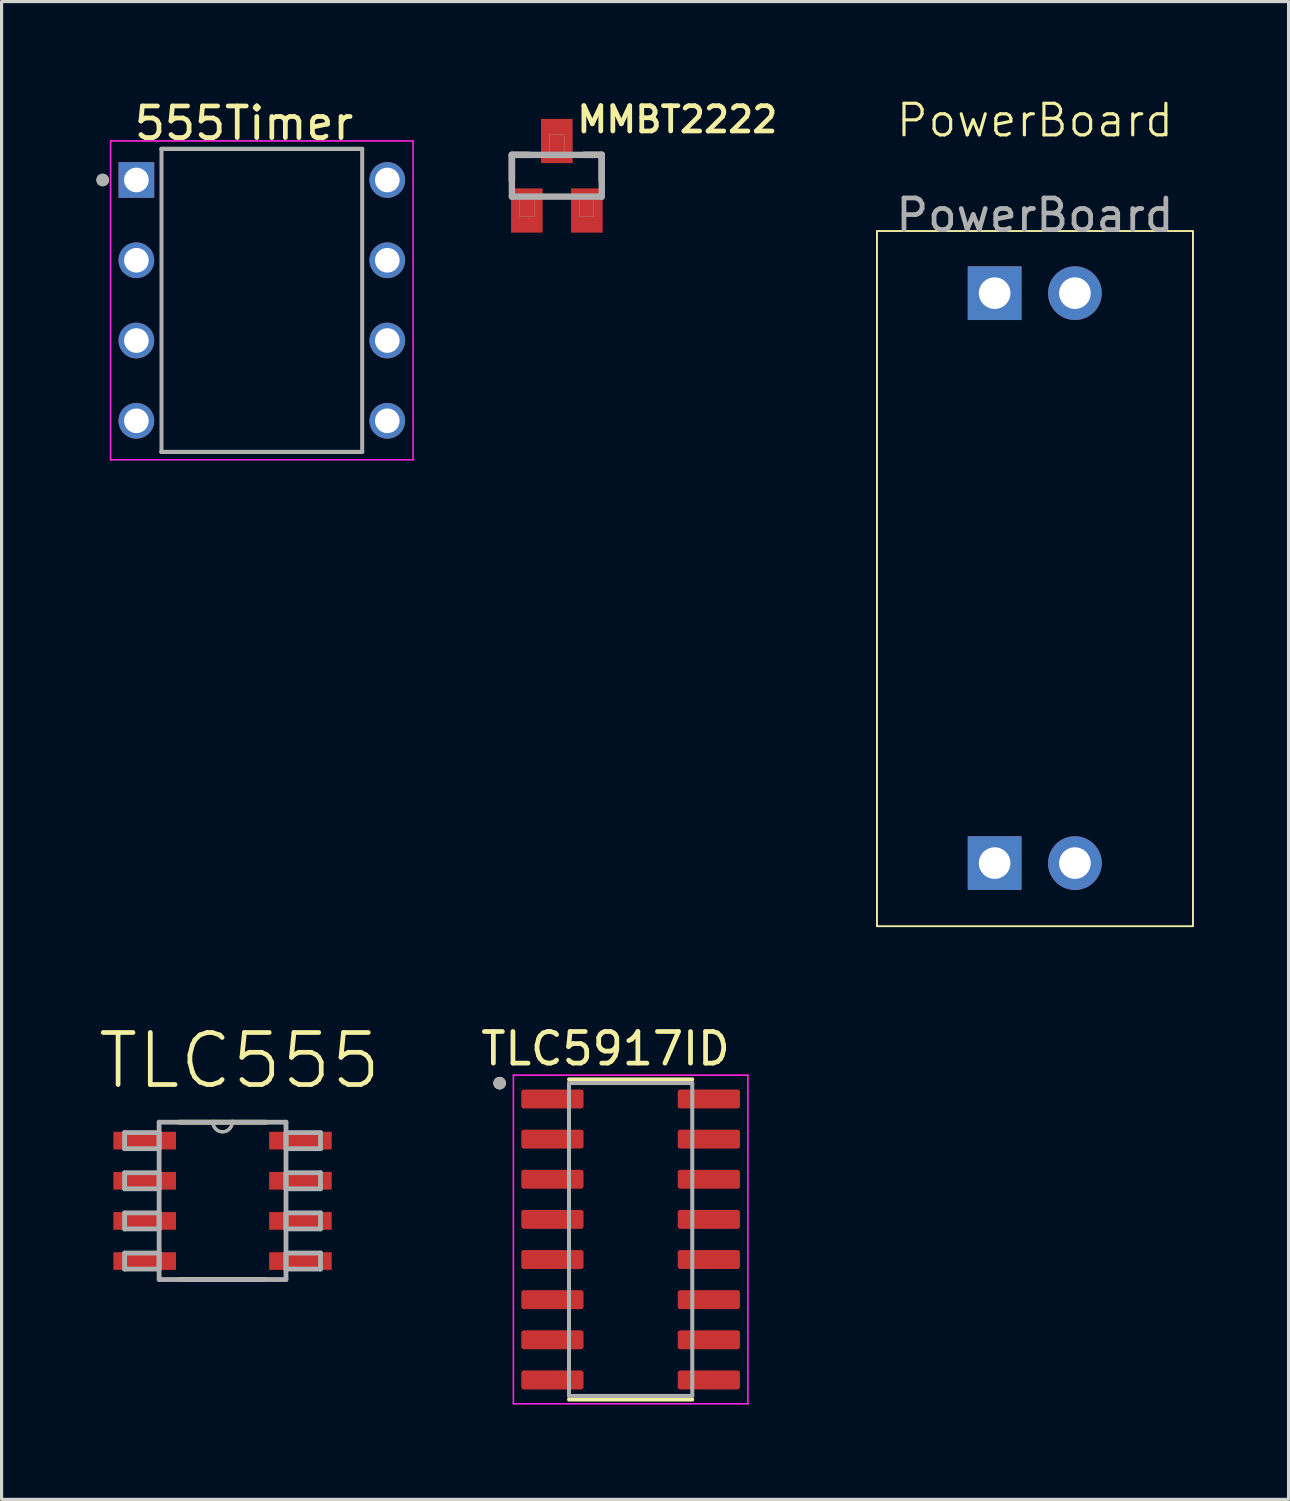
<source format=kicad_pcb>
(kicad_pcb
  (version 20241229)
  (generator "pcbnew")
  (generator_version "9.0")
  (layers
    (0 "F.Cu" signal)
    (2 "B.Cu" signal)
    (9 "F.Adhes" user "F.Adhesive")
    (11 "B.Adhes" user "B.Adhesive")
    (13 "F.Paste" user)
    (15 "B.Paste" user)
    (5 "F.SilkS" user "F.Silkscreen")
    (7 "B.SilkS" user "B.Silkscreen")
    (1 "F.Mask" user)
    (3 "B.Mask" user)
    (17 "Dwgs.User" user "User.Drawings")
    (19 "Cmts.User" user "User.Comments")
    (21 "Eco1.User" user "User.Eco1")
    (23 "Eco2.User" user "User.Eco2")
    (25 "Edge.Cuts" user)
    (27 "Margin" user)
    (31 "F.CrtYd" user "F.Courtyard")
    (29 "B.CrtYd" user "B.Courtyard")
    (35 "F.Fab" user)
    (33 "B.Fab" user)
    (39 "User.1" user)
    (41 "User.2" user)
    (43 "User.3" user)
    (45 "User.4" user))
  (footprint "555Timer"
    (layer "F.Cu")
    (at 5.235 6.455)
    (property "Reference" "555Timer" (at -0.565 -5.607 0) (layer "F.SilkS") (effects (font (size 1 1) (thickness 0.15))))
    (attr through_hole)
    (fp_line (start -3.175 -4.795) (end 3.175 -4.795) (stroke (width 0.127) (type solid)) (layer "F.SilkS"))
    (fp_line (start -3.175 4.795) (end 3.175 4.795) (stroke (width 0.127) (type solid)) (layer "F.SilkS"))
    (fp_circle (center -5.035 -3.81) (end -4.935 -3.81) (stroke (width 0.2) (type solid)) (fill no) (layer "F.SilkS"))
    (fp_line (start -4.785 -5.045) (end -4.785 5.045) (stroke (width 0.05) (type solid)) (layer "F.CrtYd"))
    (fp_line (start 4.785 -5.045) (end -4.785 -5.045) (stroke (width 0.05) (type solid)) (layer "F.CrtYd"))
    (fp_line (start 4.785 -5.045) (end 4.785 5.045) (stroke (width 0.05) (type solid)) (layer "F.CrtYd"))
    (fp_line (start 4.785 5.045) (end -4.785 5.045) (stroke (width 0.05) (type solid)) (layer "F.CrtYd"))
    (fp_line (start -3.175 -4.795) (end -3.175 4.795) (stroke (width 0.127) (type solid)) (layer "F.Fab"))
    (fp_line (start -3.175 -4.795) (end 3.175 -4.795) (stroke (width 0.127) (type solid)) (layer "F.Fab"))
    (fp_line (start -3.175 4.795) (end 3.175 4.795) (stroke (width 0.127) (type solid)) (layer "F.Fab"))
    (fp_line (start 3.175 -4.795) (end 3.175 4.795) (stroke (width 0.127) (type solid)) (layer "F.Fab"))
    (fp_circle (center -5.035 -3.81) (end -4.935 -3.81) (stroke (width 0.2) (type solid)) (fill no) (layer "F.Fab"))
    (pad "1" thru_hole rect (at -3.97 -3.81) (size 1.13 1.13) (drill 0.78) (layers "*.Cu" "*.Mask"))
    (pad "2" thru_hole circle (at -3.97 -1.27) (size 1.13 1.13) (drill 0.78) (layers "*.Cu" "*.Mask"))
    (pad "3" thru_hole circle (at -3.97 1.27) (size 1.13 1.13) (drill 0.78) (layers "*.Cu" "*.Mask"))
    (pad "4" thru_hole circle (at -3.97 3.81) (size 1.13 1.13) (drill 0.78) (layers "*.Cu" "*.Mask"))
    (pad "5" thru_hole circle (at 3.97 3.81) (size 1.13 1.13) (drill 0.78) (layers "*.Cu" "*.Mask"))
    (pad "6" thru_hole circle (at 3.97 1.27) (size 1.13 1.13) (drill 0.78) (layers "*.Cu" "*.Mask"))
    (pad "7" thru_hole circle (at 3.97 -1.27) (size 1.13 1.13) (drill 0.78) (layers "*.Cu" "*.Mask"))
    (pad "8" thru_hole circle (at 3.97 -3.81) (size 1.13 1.13) (drill 0.78) (layers "*.Cu" "*.Mask")))
  (footprint "TLC5917ID"
    (layer "F.Cu")
    (at 16.904 36.169)
    (property "Reference" "TLC5917ID" (at -0.795 -6.035 0) (layer "F.SilkS") (effects (font (size 1 1) (thickness 0.15))))
    (attr smd)
    (fp_line (start -1.95 -5.065) (end 1.95 -5.065) (stroke (width 0.127) (type solid)) (layer "F.SilkS"))
    (fp_line (start -1.95 5.065) (end 1.95 5.065) (stroke (width 0.127) (type solid)) (layer "F.SilkS"))
    (fp_circle (center -4.145 -4.945) (end -4.045 -4.945) (stroke (width 0.2) (type solid)) (fill no) (layer "F.SilkS"))
    (fp_line (start -3.71 -5.2) (end -3.71 5.2) (stroke (width 0.05) (type solid)) (layer "F.CrtYd"))
    (fp_line (start -3.71 -5.2) (end 3.71 -5.2) (stroke (width 0.05) (type solid)) (layer "F.CrtYd"))
    (fp_line (start -3.71 5.2) (end 3.71 5.2) (stroke (width 0.05) (type solid)) (layer "F.CrtYd"))
    (fp_line (start 3.71 -5.2) (end 3.71 5.2) (stroke (width 0.05) (type solid)) (layer "F.CrtYd"))
    (fp_line (start -1.95 -4.95) (end -1.95 4.95) (stroke (width 0.127) (type solid)) (layer "F.Fab"))
    (fp_line (start -1.95 -4.95) (end 1.95 -4.95) (stroke (width 0.127) (type solid)) (layer "F.Fab"))
    (fp_line (start -1.95 4.95) (end 1.95 4.95) (stroke (width 0.127) (type solid)) (layer "F.Fab"))
    (fp_line (start 1.95 -4.95) (end 1.95 4.95) (stroke (width 0.127) (type solid)) (layer "F.Fab"))
    (fp_circle (center -4.145 -4.945) (end -4.045 -4.945) (stroke (width 0.2) (type solid)) (fill no) (layer "F.Fab"))
    (pad "1" smd roundrect (at -2.475 -4.445) (size 1.97 0.6) (layers "F.Cu" "F.Mask" "F.Paste") (roundrect_rratio 0.125))
    (pad "2" smd roundrect (at -2.475 -3.175) (size 1.97 0.6) (layers "F.Cu" "F.Mask" "F.Paste") (roundrect_rratio 0.125))
    (pad "3" smd roundrect (at -2.475 -1.905) (size 1.97 0.6) (layers "F.Cu" "F.Mask" "F.Paste") (roundrect_rratio 0.125))
    (pad "4" smd roundrect (at -2.475 -0.635) (size 1.97 0.6) (layers "F.Cu" "F.Mask" "F.Paste") (roundrect_rratio 0.125))
    (pad "5" smd roundrect (at -2.475 0.635) (size 1.97 0.6) (layers "F.Cu" "F.Mask" "F.Paste") (roundrect_rratio 0.125))
    (pad "6" smd roundrect (at -2.475 1.905) (size 1.97 0.6) (layers "F.Cu" "F.Mask" "F.Paste") (roundrect_rratio 0.125))
    (pad "7" smd roundrect (at -2.475 3.175) (size 1.97 0.6) (layers "F.Cu" "F.Mask" "F.Paste") (roundrect_rratio 0.125))
    (pad "8" smd roundrect (at -2.475 4.445) (size 1.97 0.6) (layers "F.Cu" "F.Mask" "F.Paste") (roundrect_rratio 0.125))
    (pad "9" smd roundrect (at 2.475 4.445) (size 1.97 0.6) (layers "F.Cu" "F.Mask" "F.Paste") (roundrect_rratio 0.125))
    (pad "10" smd roundrect (at 2.475 3.175) (size 1.97 0.6) (layers "F.Cu" "F.Mask" "F.Paste") (roundrect_rratio 0.125))
    (pad "11" smd roundrect (at 2.475 1.905) (size 1.97 0.6) (layers "F.Cu" "F.Mask" "F.Paste") (roundrect_rratio 0.125))
    (pad "12" smd roundrect (at 2.475 0.635) (size 1.97 0.6) (layers "F.Cu" "F.Mask" "F.Paste") (roundrect_rratio 0.125))
    (pad "13" smd roundrect (at 2.475 -0.635) (size 1.97 0.6) (layers "F.Cu" "F.Mask" "F.Paste") (roundrect_rratio 0.125))
    (pad "14" smd roundrect (at 2.475 -1.905) (size 1.97 0.6) (layers "F.Cu" "F.Mask" "F.Paste") (roundrect_rratio 0.125))
    (pad "15" smd roundrect (at 2.475 -3.175) (size 1.97 0.6) (layers "F.Cu" "F.Mask" "F.Paste") (roundrect_rratio 0.125))
    (pad "16" smd roundrect (at 2.475 -4.445) (size 1.97 0.6) (layers "F.Cu" "F.Mask" "F.Paste") (roundrect_rratio 0.125)))
  (footprint "PowerBoard"
    (layer "F.Cu")
    (at 29.697 1.26)
    (property "Reference" "PowerBoard" (at 0 -0.5 0) (unlocked yes) (layer "F.SilkS") (effects (font (size 1 1) (thickness 0.1))))
    (attr through_hole)
    (fp_rect (start -5 3) (end 5 25) (stroke (width 0.05) (type default)) (fill no) (layer "F.SilkS"))
    (fp_rect (start -5 3) (end 5 25) (stroke (width 0.05) (type default)) (fill no) (layer "F.SilkS"))
    (fp_text user "${REFERENCE}" (at 0 2.5 0) (unlocked yes) (layer "F.Fab") (effects (font (size 1 1) (thickness 0.15))))
    (pad "1" thru_hole rect (at -1.275 4.966 90) (size 1.7 1.7) (drill 1) (layers "*.Cu" "*.Mask"))
    (pad "1" thru_hole rect (at -1.275 23 90) (size 1.7 1.7) (drill 1) (layers "*.Cu" "*.Mask"))
    (pad "2" thru_hole oval (at 1.265 4.966 90) (size 1.7 1.7) (drill 1) (layers "*.Cu" "*.Mask"))
    (pad "2" thru_hole oval (at 1.265 23 90) (size 1.7 1.7) (drill 1) (layers "*.Cu" "*.Mask")))
  (footprint "MMBT2222"
    (layer "F.Cu")
    (at 14.569 2.511)
    (property "Reference" "MMBT2222" (at 3.813 -1.779 0) (layer "F.SilkS") (effects (font (size 0.801 0.801) (thickness 0.15))))
    (attr smd)
    (fp_line (start -1.422 -0.66) (end -0.864 -0.66) (stroke (width 0.203) (type solid)) (layer "F.SilkS"))
    (fp_line (start -1.422 0.152) (end -1.422 -0.66) (stroke (width 0.203) (type solid)) (layer "F.SilkS"))
    (fp_line (start 0.864 -0.66) (end 1.422 -0.66) (stroke (width 0.203) (type solid)) (layer "F.SilkS"))
    (fp_line (start 1.422 -0.66) (end 1.422 0.152) (stroke (width 0.203) (type solid)) (layer "F.SilkS"))
    (fp_line (start -1.422 -0.66) (end 1.422 -0.66) (stroke (width 0.203) (type solid)) (layer "F.Fab"))
    (fp_line (start -1.422 0.66) (end -1.422 -0.66) (stroke (width 0.203) (type solid)) (layer "F.Fab"))
    (fp_line (start 1.422 -0.66) (end 1.422 0.66) (stroke (width 0.203) (type solid)) (layer "F.Fab"))
    (fp_line (start 1.422 0.66) (end -1.422 0.66) (stroke (width 0.203) (type solid)) (layer "F.Fab"))
    (fp_poly (pts (xy -1.17 0.711) (xy -0.711 0.711) (xy -0.711 1.297) (xy -1.17 1.297)) (stroke (width 0.01) (type solid)) (fill no) (layer "F.Fab"))
    (fp_poly (pts (xy -0.229 -1.295) (xy 0.229 -1.295) (xy 0.229 -0.712) (xy -0.229 -0.712)) (stroke (width 0.01) (type solid)) (fill no) (layer "F.Fab"))
    (fp_poly (pts (xy 0.712 0.711) (xy 1.168 0.711) (xy 1.168 1.297) (xy 0.712 1.297)) (stroke (width 0.01) (type solid)) (fill no) (layer "F.Fab"))
    (pad "B" smd rect (at -0.95 1.1) (size 1 1.4) (layers "F.Cu" "F.Mask" "F.Paste"))
    (pad "C" smd rect (at 0 -1.1) (size 1 1.4) (layers "F.Cu" "F.Mask" "F.Paste"))
    (pad "E" smd rect (at 0.95 1.1) (size 1 1.4) (layers "F.Cu" "F.Mask" "F.Paste")))
  (footprint "TLC555"
    (layer "F.Cu")
    (at 3.992 34.947)
    (property "Reference" "TLC555" (at 0.535 -4.435 0) (layer "F.SilkS") (effects (font (size 1.646 1.646) (thickness 0.15))))
    (attr smd)
    (fp_line (start -1.372 2.489) (end 1.372 2.489) (stroke (width 0.152) (type solid)) (layer "F.SilkS"))
    (fp_line (start -0.305 -2.489) (end -1.372 -2.489) (stroke (width 0.152) (type solid)) (layer "F.SilkS"))
    (fp_line (start 0.305 -2.489) (end -0.305 -2.489) (stroke (width 0.152) (type solid)) (layer "F.SilkS"))
    (fp_line (start 1.372 -2.489) (end 0.305 -2.489) (stroke (width 0.152) (type solid)) (layer "F.SilkS"))
    (fp_arc (start 0.3048 -2.4892) (mid 0 -2.1844) (end -0.3048 -2.4892) (stroke (width 0.1) (type solid)) (layer "F.SilkS"))
    (fp_line (start -3.099 -2.159) (end -3.099 -1.651) (stroke (width 0.152) (type solid)) (layer "F.Fab"))
    (fp_line (start -3.099 -1.651) (end -2.007 -1.651) (stroke (width 0.152) (type solid)) (layer "F.Fab"))
    (fp_line (start -3.099 -0.889) (end -3.099 -0.381) (stroke (width 0.152) (type solid)) (layer "F.Fab"))
    (fp_line (start -3.099 -0.381) (end -2.007 -0.381) (stroke (width 0.152) (type solid)) (layer "F.Fab"))
    (fp_line (start -3.099 0.381) (end -3.099 0.889) (stroke (width 0.152) (type solid)) (layer "F.Fab"))
    (fp_line (start -3.099 0.889) (end -2.007 0.889) (stroke (width 0.152) (type solid)) (layer "F.Fab"))
    (fp_line (start -3.099 1.651) (end -3.099 2.159) (stroke (width 0.152) (type solid)) (layer "F.Fab"))
    (fp_line (start -3.099 2.159) (end -2.007 2.159) (stroke (width 0.152) (type solid)) (layer "F.Fab"))
    (fp_line (start -2.007 -2.489) (end -2.007 2.489) (stroke (width 0.152) (type solid)) (layer "F.Fab"))
    (fp_line (start -2.007 -2.159) (end -3.099 -2.159) (stroke (width 0.152) (type solid)) (layer "F.Fab"))
    (fp_line (start -2.007 -1.651) (end -2.007 -2.159) (stroke (width 0.152) (type solid)) (layer "F.Fab"))
    (fp_line (start -2.007 -0.889) (end -3.099 -0.889) (stroke (width 0.152) (type solid)) (layer "F.Fab"))
    (fp_line (start -2.007 -0.381) (end -2.007 -0.889) (stroke (width 0.152) (type solid)) (layer "F.Fab"))
    (fp_line (start -2.007 0.381) (end -3.099 0.381) (stroke (width 0.152) (type solid)) (layer "F.Fab"))
    (fp_line (start -2.007 0.889) (end -2.007 0.381) (stroke (width 0.152) (type solid)) (layer "F.Fab"))
    (fp_line (start -2.007 1.651) (end -3.099 1.651) (stroke (width 0.152) (type solid)) (layer "F.Fab"))
    (fp_line (start -2.007 2.159) (end -2.007 1.651) (stroke (width 0.152) (type solid)) (layer "F.Fab"))
    (fp_line (start -2.007 2.489) (end 2.007 2.489) (stroke (width 0.152) (type solid)) (layer "F.Fab"))
    (fp_line (start -0.305 -2.489) (end -2.007 -2.489) (stroke (width 0.152) (type solid)) (layer "F.Fab"))
    (fp_line (start 0.305 -2.489) (end -0.305 -2.489) (stroke (width 0.152) (type solid)) (layer "F.Fab"))
    (fp_line (start 2.007 -2.489) (end 0.305 -2.489) (stroke (width 0.152) (type solid)) (layer "F.Fab"))
    (fp_line (start 2.007 -2.159) (end 2.007 -1.651) (stroke (width 0.152) (type solid)) (layer "F.Fab"))
    (fp_line (start 2.007 -1.651) (end 3.099 -1.651) (stroke (width 0.152) (type solid)) (layer "F.Fab"))
    (fp_line (start 2.007 -0.889) (end 2.007 -0.381) (stroke (width 0.152) (type solid)) (layer "F.Fab"))
    (fp_line (start 2.007 -0.381) (end 3.099 -0.381) (stroke (width 0.152) (type solid)) (layer "F.Fab"))
    (fp_line (start 2.007 0.381) (end 2.007 0.889) (stroke (width 0.152) (type solid)) (layer "F.Fab"))
    (fp_line (start 2.007 0.889) (end 3.099 0.889) (stroke (width 0.152) (type solid)) (layer "F.Fab"))
    (fp_line (start 2.007 1.651) (end 2.007 2.159) (stroke (width 0.152) (type solid)) (layer "F.Fab"))
    (fp_line (start 2.007 2.159) (end 3.099 2.159) (stroke (width 0.152) (type solid)) (layer "F.Fab"))
    (fp_line (start 2.007 2.489) (end 2.007 -2.489) (stroke (width 0.152) (type solid)) (layer "F.Fab"))
    (fp_line (start 3.099 -2.159) (end 2.007 -2.159) (stroke (width 0.152) (type solid)) (layer "F.Fab"))
    (fp_line (start 3.099 -1.651) (end 3.099 -2.159) (stroke (width 0.152) (type solid)) (layer "F.Fab"))
    (fp_line (start 3.099 -0.889) (end 2.007 -0.889) (stroke (width 0.152) (type solid)) (layer "F.Fab"))
    (fp_line (start 3.099 -0.381) (end 3.099 -0.889) (stroke (width 0.152) (type solid)) (layer "F.Fab"))
    (fp_line (start 3.099 0.381) (end 2.007 0.381) (stroke (width 0.152) (type solid)) (layer "F.Fab"))
    (fp_line (start 3.099 0.889) (end 3.099 0.381) (stroke (width 0.152) (type solid)) (layer "F.Fab"))
    (fp_line (start 3.099 1.651) (end 2.007 1.651) (stroke (width 0.152) (type solid)) (layer "F.Fab"))
    (fp_line (start 3.099 2.159) (end 3.099 1.651) (stroke (width 0.152) (type solid)) (layer "F.Fab"))
    (fp_arc (start 0.3048 -2.4892) (mid 0 -2.1844) (end -0.3048 -2.4892) (stroke (width 0.1) (type solid)) (layer "F.Fab"))
    (pad "1" smd rect (at -2.464 -1.905) (size 1.981 0.559) (layers "F.Cu" "F.Mask" "F.Paste"))
    (pad "2" smd rect (at -2.464 -0.635) (size 1.981 0.559) (layers "F.Cu" "F.Mask" "F.Paste"))
    (pad "3" smd rect (at -2.464 0.635) (size 1.981 0.559) (layers "F.Cu" "F.Mask" "F.Paste"))
    (pad "4" smd rect (at -2.464 1.905) (size 1.981 0.559) (layers "F.Cu" "F.Mask" "F.Paste"))
    (pad "5" smd rect (at 2.464 1.905) (size 1.981 0.559) (layers "F.Cu" "F.Mask" "F.Paste"))
    (pad "6" smd rect (at 2.464 0.635) (size 1.981 0.559) (layers "F.Cu" "F.Mask" "F.Paste"))
    (pad "7" smd rect (at 2.464 -0.635) (size 1.981 0.559) (layers "F.Cu" "F.Mask" "F.Paste"))
    (pad "8" smd rect (at 2.464 -1.905) (size 1.981 0.559) (layers "F.Cu" "F.Mask" "F.Paste")))
  (gr_rect
    (start -3 -3)
    (end 37.722 44.394)
    (stroke (width 0.1) (type default))
    (fill no)
    (layer "Edge.Cuts")))
</source>
